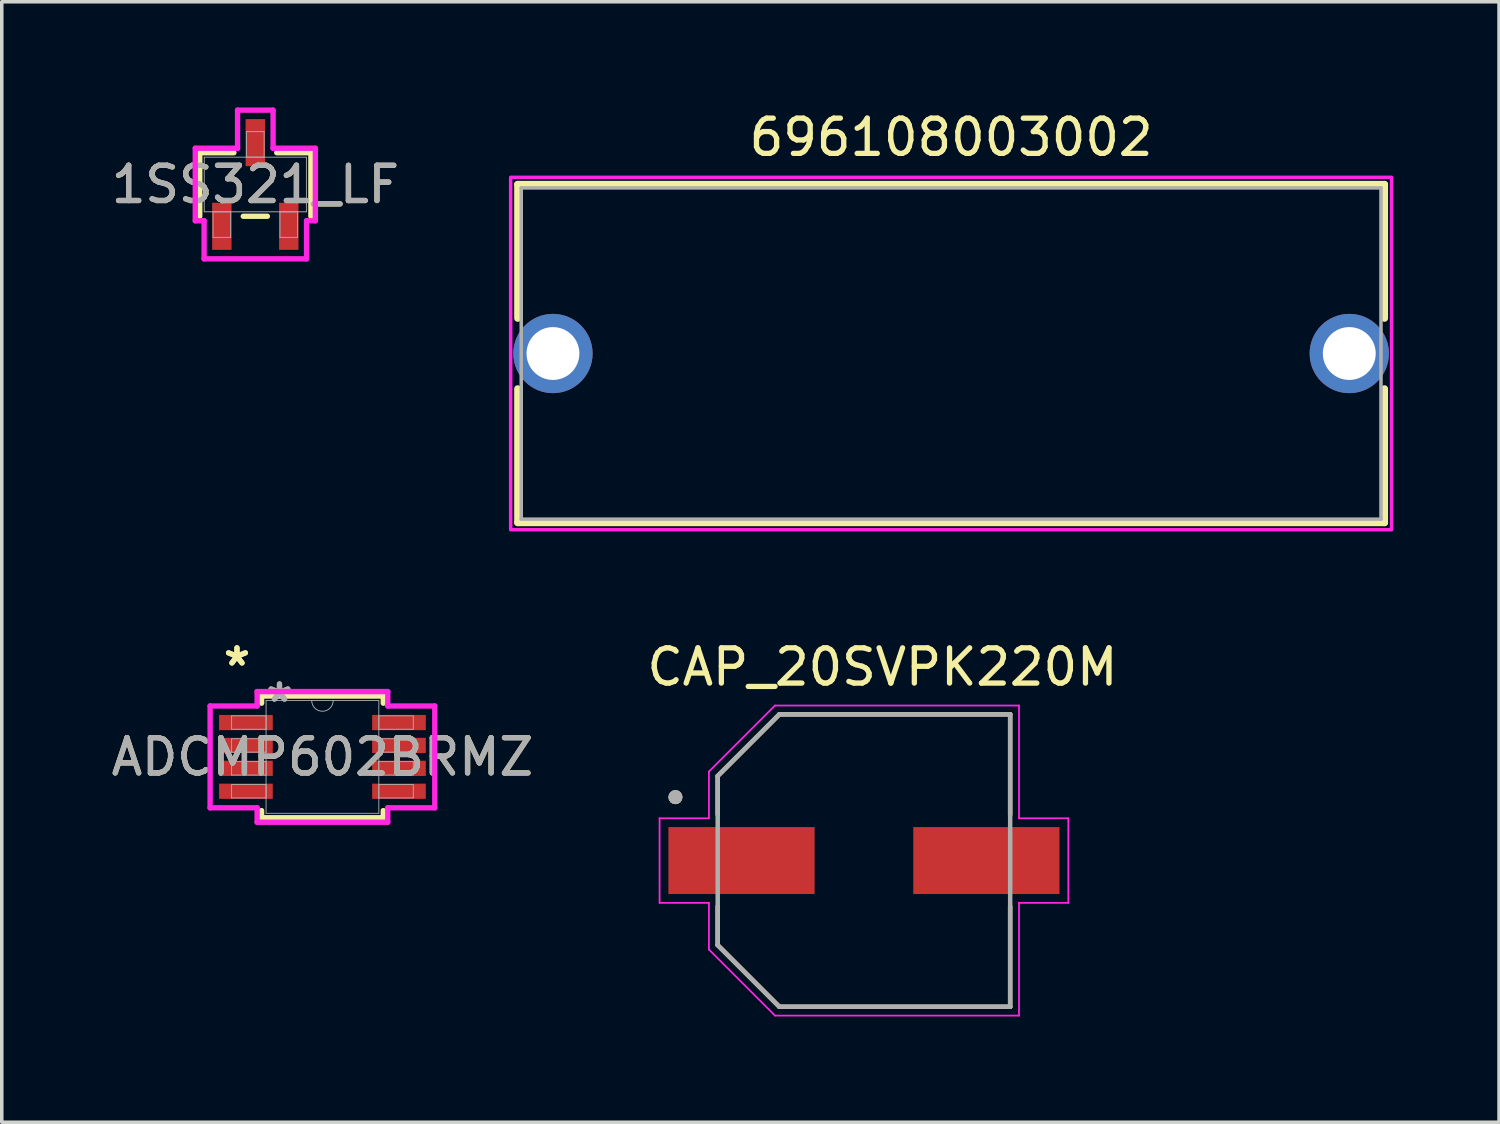
<source format=kicad_pcb>
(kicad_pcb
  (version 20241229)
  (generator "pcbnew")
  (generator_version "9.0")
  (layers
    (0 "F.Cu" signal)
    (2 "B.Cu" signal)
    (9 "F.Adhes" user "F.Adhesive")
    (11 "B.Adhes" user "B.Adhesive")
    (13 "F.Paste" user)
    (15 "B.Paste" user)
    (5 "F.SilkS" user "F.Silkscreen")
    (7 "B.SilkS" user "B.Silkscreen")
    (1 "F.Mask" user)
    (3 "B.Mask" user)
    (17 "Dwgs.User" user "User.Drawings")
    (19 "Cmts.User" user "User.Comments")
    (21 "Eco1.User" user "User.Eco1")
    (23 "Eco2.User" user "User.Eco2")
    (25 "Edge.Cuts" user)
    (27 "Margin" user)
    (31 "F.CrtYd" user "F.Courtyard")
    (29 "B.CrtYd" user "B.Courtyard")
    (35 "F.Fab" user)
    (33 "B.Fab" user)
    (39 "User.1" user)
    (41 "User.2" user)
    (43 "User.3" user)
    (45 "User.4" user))
  (footprint "ADCMP602BRMZ"
    (layer "F.Cu")
    (at 6.101 18.431)
    (property "Reference" "ADCMP602BRMZ" (at 0 0 0) (unlocked yes) (layer "F.SilkS") (effects (font (size 1 1) (thickness 0.15))))
    (attr smd)
    (fp_line (start -1.727 -1.727) (end -1.727 -1.524) (stroke (width 0.152) (type solid)) (layer "F.SilkS"))
    (fp_line (start -1.727 1.524) (end -1.727 1.727) (stroke (width 0.152) (type solid)) (layer "F.SilkS"))
    (fp_line (start -1.727 1.727) (end 1.727 1.727) (stroke (width 0.152) (type solid)) (layer "F.SilkS"))
    (fp_line (start 1.727 -1.727) (end -1.727 -1.727) (stroke (width 0.152) (type solid)) (layer "F.SilkS"))
    (fp_line (start 1.727 -1.524) (end 1.727 -1.727) (stroke (width 0.152) (type solid)) (layer "F.SilkS"))
    (fp_line (start 1.727 1.727) (end 1.727 1.524) (stroke (width 0.152) (type solid)) (layer "F.SilkS"))
    (fp_line (start -3.188 -1.445) (end -1.854 -1.445) (stroke (width 0.152) (type solid)) (layer "F.CrtYd"))
    (fp_line (start -3.188 1.445) (end -3.188 -1.445) (stroke (width 0.152) (type solid)) (layer "F.CrtYd"))
    (fp_line (start -3.188 1.445) (end -1.854 1.445) (stroke (width 0.152) (type solid)) (layer "F.CrtYd"))
    (fp_line (start -1.854 -1.854) (end 1.854 -1.854) (stroke (width 0.152) (type solid)) (layer "F.CrtYd"))
    (fp_line (start -1.854 -1.445) (end -1.854 -1.854) (stroke (width 0.152) (type solid)) (layer "F.CrtYd"))
    (fp_line (start -1.854 1.854) (end -1.854 1.445) (stroke (width 0.152) (type solid)) (layer "F.CrtYd"))
    (fp_line (start 1.854 -1.854) (end 1.854 -1.445) (stroke (width 0.152) (type solid)) (layer "F.CrtYd"))
    (fp_line (start 1.854 1.445) (end 1.854 1.854) (stroke (width 0.152) (type solid)) (layer "F.CrtYd"))
    (fp_line (start 1.854 1.854) (end -1.854 1.854) (stroke (width 0.152) (type solid)) (layer "F.CrtYd"))
    (fp_line (start 3.188 -1.445) (end 1.854 -1.445) (stroke (width 0.152) (type solid)) (layer "F.CrtYd"))
    (fp_line (start 3.188 -1.445) (end 3.188 1.445) (stroke (width 0.152) (type solid)) (layer "F.CrtYd"))
    (fp_line (start 3.188 1.445) (end 1.854 1.445) (stroke (width 0.152) (type solid)) (layer "F.CrtYd"))
    (fp_line (start -2.578 -1.165) (end -2.578 -0.784) (stroke (width 0.025) (type solid)) (layer "F.Fab"))
    (fp_line (start -2.578 -0.784) (end -1.6 -0.784) (stroke (width 0.025) (type solid)) (layer "F.Fab"))
    (fp_line (start -2.578 -0.515) (end -2.578 -0.135) (stroke (width 0.025) (type solid)) (layer "F.Fab"))
    (fp_line (start -2.578 -0.135) (end -1.6 -0.135) (stroke (width 0.025) (type solid)) (layer "F.Fab"))
    (fp_line (start -2.578 0.135) (end -2.578 0.515) (stroke (width 0.025) (type solid)) (layer "F.Fab"))
    (fp_line (start -2.578 0.515) (end -1.6 0.515) (stroke (width 0.025) (type solid)) (layer "F.Fab"))
    (fp_line (start -2.578 0.784) (end -2.578 1.165) (stroke (width 0.025) (type solid)) (layer "F.Fab"))
    (fp_line (start -2.578 1.165) (end -1.6 1.165) (stroke (width 0.025) (type solid)) (layer "F.Fab"))
    (fp_line (start -1.6 -1.6) (end -1.6 1.6) (stroke (width 0.025) (type solid)) (layer "F.Fab"))
    (fp_line (start -1.6 -1.165) (end -2.578 -1.165) (stroke (width 0.025) (type solid)) (layer "F.Fab"))
    (fp_line (start -1.6 -0.784) (end -1.6 -1.165) (stroke (width 0.025) (type solid)) (layer "F.Fab"))
    (fp_line (start -1.6 -0.515) (end -2.578 -0.515) (stroke (width 0.025) (type solid)) (layer "F.Fab"))
    (fp_line (start -1.6 -0.135) (end -1.6 -0.515) (stroke (width 0.025) (type solid)) (layer "F.Fab"))
    (fp_line (start -1.6 0.135) (end -2.578 0.135) (stroke (width 0.025) (type solid)) (layer "F.Fab"))
    (fp_line (start -1.6 0.515) (end -1.6 0.135) (stroke (width 0.025) (type solid)) (layer "F.Fab"))
    (fp_line (start -1.6 0.784) (end -2.578 0.784) (stroke (width 0.025) (type solid)) (layer "F.Fab"))
    (fp_line (start -1.6 1.165) (end -1.6 0.784) (stroke (width 0.025) (type solid)) (layer "F.Fab"))
    (fp_line (start -1.6 1.6) (end 1.6 1.6) (stroke (width 0.025) (type solid)) (layer "F.Fab"))
    (fp_line (start 1.6 -1.6) (end -1.6 -1.6) (stroke (width 0.025) (type solid)) (layer "F.Fab"))
    (fp_line (start 1.6 -1.165) (end 1.6 -0.784) (stroke (width 0.025) (type solid)) (layer "F.Fab"))
    (fp_line (start 1.6 -0.784) (end 2.578 -0.784) (stroke (width 0.025) (type solid)) (layer "F.Fab"))
    (fp_line (start 1.6 -0.515) (end 1.6 -0.135) (stroke (width 0.025) (type solid)) (layer "F.Fab"))
    (fp_line (start 1.6 -0.135) (end 2.578 -0.135) (stroke (width 0.025) (type solid)) (layer "F.Fab"))
    (fp_line (start 1.6 0.135) (end 1.6 0.515) (stroke (width 0.025) (type solid)) (layer "F.Fab"))
    (fp_line (start 1.6 0.515) (end 2.578 0.515) (stroke (width 0.025) (type solid)) (layer "F.Fab"))
    (fp_line (start 1.6 0.784) (end 1.6 1.165) (stroke (width 0.025) (type solid)) (layer "F.Fab"))
    (fp_line (start 1.6 1.165) (end 2.578 1.165) (stroke (width 0.025) (type solid)) (layer "F.Fab"))
    (fp_line (start 1.6 1.6) (end 1.6 -1.6) (stroke (width 0.025) (type solid)) (layer "F.Fab"))
    (fp_line (start 2.578 -1.165) (end 1.6 -1.165) (stroke (width 0.025) (type solid)) (layer "F.Fab"))
    (fp_line (start 2.578 -0.784) (end 2.578 -1.165) (stroke (width 0.025) (type solid)) (layer "F.Fab"))
    (fp_line (start 2.578 -0.515) (end 1.6 -0.515) (stroke (width 0.025) (type solid)) (layer "F.Fab"))
    (fp_line (start 2.578 -0.135) (end 2.578 -0.515) (stroke (width 0.025) (type solid)) (layer "F.Fab"))
    (fp_line (start 2.578 0.135) (end 1.6 0.135) (stroke (width 0.025) (type solid)) (layer "F.Fab"))
    (fp_line (start 2.578 0.515) (end 2.578 0.135) (stroke (width 0.025) (type solid)) (layer "F.Fab"))
    (fp_line (start 2.578 0.784) (end 1.6 0.784) (stroke (width 0.025) (type solid)) (layer "F.Fab"))
    (fp_line (start 2.578 1.165) (end 2.578 0.784) (stroke (width 0.025) (type solid)) (layer "F.Fab"))
    (fp_arc (start 0.3048 -1.6002) (mid 0 -1.2954) (end -0.3048 -1.6002) (stroke (width 0.0254) (type solid)) (layer "F.Fab"))
    (fp_text user "*" (at -2.426 -2.55 0) (unlocked yes) (layer "F.SilkS") (effects (font (size 1 1) (thickness 0.15))))
    (fp_text user "*" (at -2.426 -2.55 0) (layer "F.SilkS") (effects (font (size 1 1) (thickness 0.15))))
    (fp_text user "*" (at -1.219 -1.524 0) (unlocked yes) (layer "F.Fab") (effects (font (size 1 1) (thickness 0.15))))
    (fp_text user "*" (at -1.219 -1.524 0) (layer "F.Fab") (effects (font (size 1 1) (thickness 0.15))))
    (fp_text user "${REFERENCE}" (at 0 0 0) (unlocked yes) (layer "F.Fab") (effects (font (size 1 1) (thickness 0.15))))
    (pad "1" smd rect (at -2.172 -0.975) (size 1.524 0.432) (layers "F.Cu" "F.Mask" "F.Paste"))
    (pad "2" smd rect (at -2.172 -0.325) (size 1.524 0.432) (layers "F.Cu" "F.Mask" "F.Paste"))
    (pad "3" smd rect (at -2.172 0.325) (size 1.524 0.432) (layers "F.Cu" "F.Mask" "F.Paste"))
    (pad "4" smd rect (at -2.172 0.975) (size 1.524 0.432) (layers "F.Cu" "F.Mask" "F.Paste"))
    (pad "5" smd rect (at 2.172 0.975) (size 1.524 0.432) (layers "F.Cu" "F.Mask" "F.Paste"))
    (pad "6" smd rect (at 2.172 0.325) (size 1.524 0.432) (layers "F.Cu" "F.Mask" "F.Paste"))
    (pad "7" smd rect (at 2.172 -0.325) (size 1.524 0.432) (layers "F.Cu" "F.Mask" "F.Paste"))
    (pad "8" smd rect (at 2.172 -0.975) (size 1.524 0.432) (layers "F.Cu" "F.Mask" "F.Paste")))
  (footprint "1SS321_LF"
    (layer "F.Cu")
    (at 4.196 2.186)
    (property "Reference" "1SS321_LF" (at 0 0 0) (unlocked yes) (layer "F.SilkS") (effects (font (size 1 1) (thickness 0.15))))
    (attr smd)
    (fp_line (start -1.577 -0.902) (end -1.577 0.902) (stroke (width 0.152) (type solid)) (layer "F.SilkS"))
    (fp_line (start -0.608 -0.902) (end -1.577 -0.902) (stroke (width 0.152) (type solid)) (layer "F.SilkS"))
    (fp_line (start -0.342 0.902) (end 0.342 0.902) (stroke (width 0.152) (type solid)) (layer "F.SilkS"))
    (fp_line (start 1.577 -0.902) (end 0.608 -0.902) (stroke (width 0.152) (type solid)) (layer "F.SilkS"))
    (fp_line (start 1.577 0.902) (end 1.577 -0.902) (stroke (width 0.152) (type solid)) (layer "F.SilkS"))
    (fp_line (start -1.704 -1.029) (end -0.504 -1.029) (stroke (width 0.152) (type solid)) (layer "F.CrtYd"))
    (fp_line (start -1.704 1.029) (end -1.704 -1.029) (stroke (width 0.152) (type solid)) (layer "F.CrtYd"))
    (fp_line (start -1.704 1.029) (end -1.454 1.029) (stroke (width 0.152) (type solid)) (layer "F.CrtYd"))
    (fp_line (start -1.454 1.029) (end -1.454 2.11) (stroke (width 0.152) (type solid)) (layer "F.CrtYd"))
    (fp_line (start -1.454 2.11) (end 1.454 2.11) (stroke (width 0.152) (type solid)) (layer "F.CrtYd"))
    (fp_line (start -0.504 -2.11) (end 0.504 -2.11) (stroke (width 0.152) (type solid)) (layer "F.CrtYd"))
    (fp_line (start -0.504 -1.029) (end -0.504 -2.11) (stroke (width 0.152) (type solid)) (layer "F.CrtYd"))
    (fp_line (start 0.504 -1.029) (end 0.504 -2.11) (stroke (width 0.152) (type solid)) (layer "F.CrtYd"))
    (fp_line (start 1.454 1.029) (end 1.454 2.11) (stroke (width 0.152) (type solid)) (layer "F.CrtYd"))
    (fp_line (start 1.704 -1.029) (end 0.504 -1.029) (stroke (width 0.152) (type solid)) (layer "F.CrtYd"))
    (fp_line (start 1.704 -1.029) (end 1.704 1.029) (stroke (width 0.152) (type solid)) (layer "F.CrtYd"))
    (fp_line (start 1.704 1.029) (end 1.454 1.029) (stroke (width 0.152) (type solid)) (layer "F.CrtYd"))
    (fp_line (start -1.45 -0.775) (end -1.45 0.775) (stroke (width 0.025) (type solid)) (layer "F.Fab"))
    (fp_line (start -1.45 0.775) (end 1.45 0.775) (stroke (width 0.025) (type solid)) (layer "F.Fab"))
    (fp_line (start -1.2 0.775) (end -1.2 1.5) (stroke (width 0.025) (type solid)) (layer "F.Fab"))
    (fp_line (start -1.2 1.5) (end -0.7 1.5) (stroke (width 0.025) (type solid)) (layer "F.Fab"))
    (fp_line (start -0.7 0.775) (end -1.2 0.775) (stroke (width 0.025) (type solid)) (layer "F.Fab"))
    (fp_line (start -0.7 1.5) (end -0.7 0.775) (stroke (width 0.025) (type solid)) (layer "F.Fab"))
    (fp_line (start -0.25 -1.5) (end -0.25 -0.775) (stroke (width 0.025) (type solid)) (layer "F.Fab"))
    (fp_line (start -0.25 -0.775) (end 0.25 -0.775) (stroke (width 0.025) (type solid)) (layer "F.Fab"))
    (fp_line (start 0.25 -1.5) (end -0.25 -1.5) (stroke (width 0.025) (type solid)) (layer "F.Fab"))
    (fp_line (start 0.25 -0.775) (end 0.25 -1.5) (stroke (width 0.025) (type solid)) (layer "F.Fab"))
    (fp_line (start 0.7 0.775) (end 0.7 1.5) (stroke (width 0.025) (type solid)) (layer "F.Fab"))
    (fp_line (start 0.7 1.5) (end 1.2 1.5) (stroke (width 0.025) (type solid)) (layer "F.Fab"))
    (fp_line (start 1.2 0.775) (end 0.7 0.775) (stroke (width 0.025) (type solid)) (layer "F.Fab"))
    (fp_line (start 1.2 1.5) (end 1.2 0.775) (stroke (width 0.025) (type solid)) (layer "F.Fab"))
    (fp_line (start 1.45 -0.775) (end -1.45 -0.775) (stroke (width 0.025) (type solid)) (layer "F.Fab"))
    (fp_line (start 1.45 0.775) (end 1.45 -0.775) (stroke (width 0.025) (type solid)) (layer "F.Fab"))
    (fp_circle (center -0.95 0.521) (end -0.95 0.521) (stroke (width 0.025) (type solid)) (fill no) (layer "F.Fab"))
    (fp_text user "${REFERENCE}" (at 0 0 0) (unlocked yes) (layer "F.Fab") (effects (font (size 1 1) (thickness 0.15))))
    (pad "1" smd rect (at -0.95 1.187) (size 0.551 1.336) (layers "F.Cu" "F.Mask" "F.Paste"))
    (pad "2" smd rect (at 0.95 1.187) (size 0.551 1.336) (layers "F.Cu" "F.Mask" "F.Paste"))
    (pad "3" smd rect (at 0 -1.188) (size 0.551 1.336) (layers "F.Cu" "F.Mask" "F.Paste")))
  (footprint "CAP_20SVPK220M"
    (layer "F.Cu")
    (at 21.469 21.373)
    (property "Reference" "CAP_20SVPK220M" (at 0.525 -5.492 0) (layer "F.SilkS") (effects (font (size 1 1) (thickness 0.15))))
    (attr smd)
    (fp_line (start -4.15 -2.4) (end -2.4 -4.15) (stroke (width 0.127) (type solid)) (layer "F.SilkS"))
    (fp_line (start -4.15 -1.3) (end -4.15 -2.4) (stroke (width 0.127) (type solid)) (layer "F.SilkS"))
    (fp_line (start -4.15 1.3) (end -4.15 2.4) (stroke (width 0.127) (type solid)) (layer "F.SilkS"))
    (fp_line (start -4.15 2.4) (end -2.4 4.15) (stroke (width 0.127) (type solid)) (layer "F.SilkS"))
    (fp_line (start -2.4 -4.15) (end 4.15 -4.15) (stroke (width 0.127) (type solid)) (layer "F.SilkS"))
    (fp_line (start -2.4 4.15) (end 4.15 4.15) (stroke (width 0.127) (type solid)) (layer "F.SilkS"))
    (fp_line (start 4.15 -4.15) (end 4.15 -1.3) (stroke (width 0.127) (type solid)) (layer "F.SilkS"))
    (fp_line (start 4.15 4.15) (end 4.15 1.3) (stroke (width 0.127) (type solid)) (layer "F.SilkS"))
    (fp_circle (center -5.35 -1.8) (end -5.25 -1.8) (stroke (width 0.2) (type solid)) (fill no) (layer "F.SilkS"))
    (fp_line (start -5.8 -1.2) (end -4.4 -1.2) (stroke (width 0.05) (type solid)) (layer "F.CrtYd"))
    (fp_line (start -5.8 1.2) (end -5.8 -1.2) (stroke (width 0.05) (type solid)) (layer "F.CrtYd"))
    (fp_line (start -4.4 -2.525) (end -2.525 -4.4) (stroke (width 0.05) (type solid)) (layer "F.CrtYd"))
    (fp_line (start -4.4 -1.2) (end -4.4 -2.525) (stroke (width 0.05) (type solid)) (layer "F.CrtYd"))
    (fp_line (start -4.4 1.2) (end -5.8 1.2) (stroke (width 0.05) (type solid)) (layer "F.CrtYd"))
    (fp_line (start -4.4 2.525) (end -4.4 1.2) (stroke (width 0.05) (type solid)) (layer "F.CrtYd"))
    (fp_line (start -2.525 -4.4) (end 4.4 -4.4) (stroke (width 0.05) (type solid)) (layer "F.CrtYd"))
    (fp_line (start -2.525 4.4) (end -4.4 2.525) (stroke (width 0.05) (type solid)) (layer "F.CrtYd"))
    (fp_line (start 4.4 -4.4) (end 4.4 -1.2) (stroke (width 0.05) (type solid)) (layer "F.CrtYd"))
    (fp_line (start 4.4 -1.2) (end 5.8 -1.2) (stroke (width 0.05) (type solid)) (layer "F.CrtYd"))
    (fp_line (start 4.4 1.2) (end 4.4 4.4) (stroke (width 0.05) (type solid)) (layer "F.CrtYd"))
    (fp_line (start 4.4 4.4) (end -2.525 4.4) (stroke (width 0.05) (type solid)) (layer "F.CrtYd"))
    (fp_line (start 5.8 -1.2) (end 5.8 1.2) (stroke (width 0.05) (type solid)) (layer "F.CrtYd"))
    (fp_line (start 5.8 1.2) (end 4.4 1.2) (stroke (width 0.05) (type solid)) (layer "F.CrtYd"))
    (fp_line (start -4.15 -2.4) (end -2.4 -4.15) (stroke (width 0.127) (type solid)) (layer "F.Fab"))
    (fp_line (start -4.15 2.4) (end -4.15 -2.4) (stroke (width 0.127) (type solid)) (layer "F.Fab"))
    (fp_line (start -2.4 -4.15) (end 4.15 -4.15) (stroke (width 0.127) (type solid)) (layer "F.Fab"))
    (fp_line (start -2.4 4.15) (end -4.15 2.4) (stroke (width 0.127) (type solid)) (layer "F.Fab"))
    (fp_line (start 4.15 -4.15) (end 4.15 4.15) (stroke (width 0.127) (type solid)) (layer "F.Fab"))
    (fp_line (start 4.15 4.15) (end -2.4 4.15) (stroke (width 0.127) (type solid)) (layer "F.Fab"))
    (fp_circle (center -5.35 -1.8) (end -5.25 -1.8) (stroke (width 0.2) (type solid)) (fill no) (layer "F.Fab"))
    (pad "1" smd rect (at -3.475 0) (size 4.15 1.9) (layers "F.Cu" "F.Mask" "F.Paste"))
    (pad "2" smd rect (at 3.475 0) (size 4.15 1.9) (layers "F.Cu" "F.Mask" "F.Paste")))
  (footprint "696108003002"
    (layer "F.Cu")
    (at 23.943 6.983)
    (property "Reference" "696108003002" (at 0 -6.135 0) (layer "F.SilkS") (effects (font (size 1 1) (thickness 0.15))))
    (attr through_hole)
    (fp_line (start -12.3 -4.8) (end -12.3 -1) (stroke (width 0.2) (type solid)) (layer "F.SilkS"))
    (fp_line (start -12.3 -4.8) (end 12.3 -4.8) (stroke (width 0.2) (type solid)) (layer "F.SilkS"))
    (fp_line (start -12.3 4.8) (end -12.3 1) (stroke (width 0.2) (type solid)) (layer "F.SilkS"))
    (fp_line (start 12.3 -4.8) (end 12.3 -1) (stroke (width 0.2) (type solid)) (layer "F.SilkS"))
    (fp_line (start 12.3 4.8) (end -12.3 4.8) (stroke (width 0.2) (type solid)) (layer "F.SilkS"))
    (fp_line (start 12.3 4.8) (end 12.3 1) (stroke (width 0.2) (type solid)) (layer "F.SilkS"))
    (fp_poly (pts (xy -12.5 -5) (xy 12.5 -5) (xy 12.5 5) (xy -12.5 5)) (stroke (width 0.1) (type solid)) (fill no) (layer "F.CrtYd"))
    (fp_line (start -12.2 -4.7) (end 12.2 -4.7) (stroke (width 0.1) (type solid)) (layer "F.Fab"))
    (fp_line (start -12.2 4.7) (end -12.2 -4.7) (stroke (width 0.1) (type solid)) (layer "F.Fab"))
    (fp_line (start 12.2 -4.7) (end 12.2 4.7) (stroke (width 0.1) (type solid)) (layer "F.Fab"))
    (fp_line (start 12.2 4.7) (end -12.2 4.7) (stroke (width 0.1) (type solid)) (layer "F.Fab"))
    (pad "1" thru_hole circle (at -11.3 0) (size 2.25 2.25) (drill 1.5) (layers "*.Cu" "*.Mask"))
    (pad "2" thru_hole circle (at 11.3 0) (size 2.25 2.25) (drill 1.5) (layers "*.Cu" "*.Mask")))
  (gr_rect
    (start -3 -3)
    (end 39.493 28.799)
    (stroke (width 0.1) (type default))
    (fill no)
    (layer "Edge.Cuts")))
</source>
